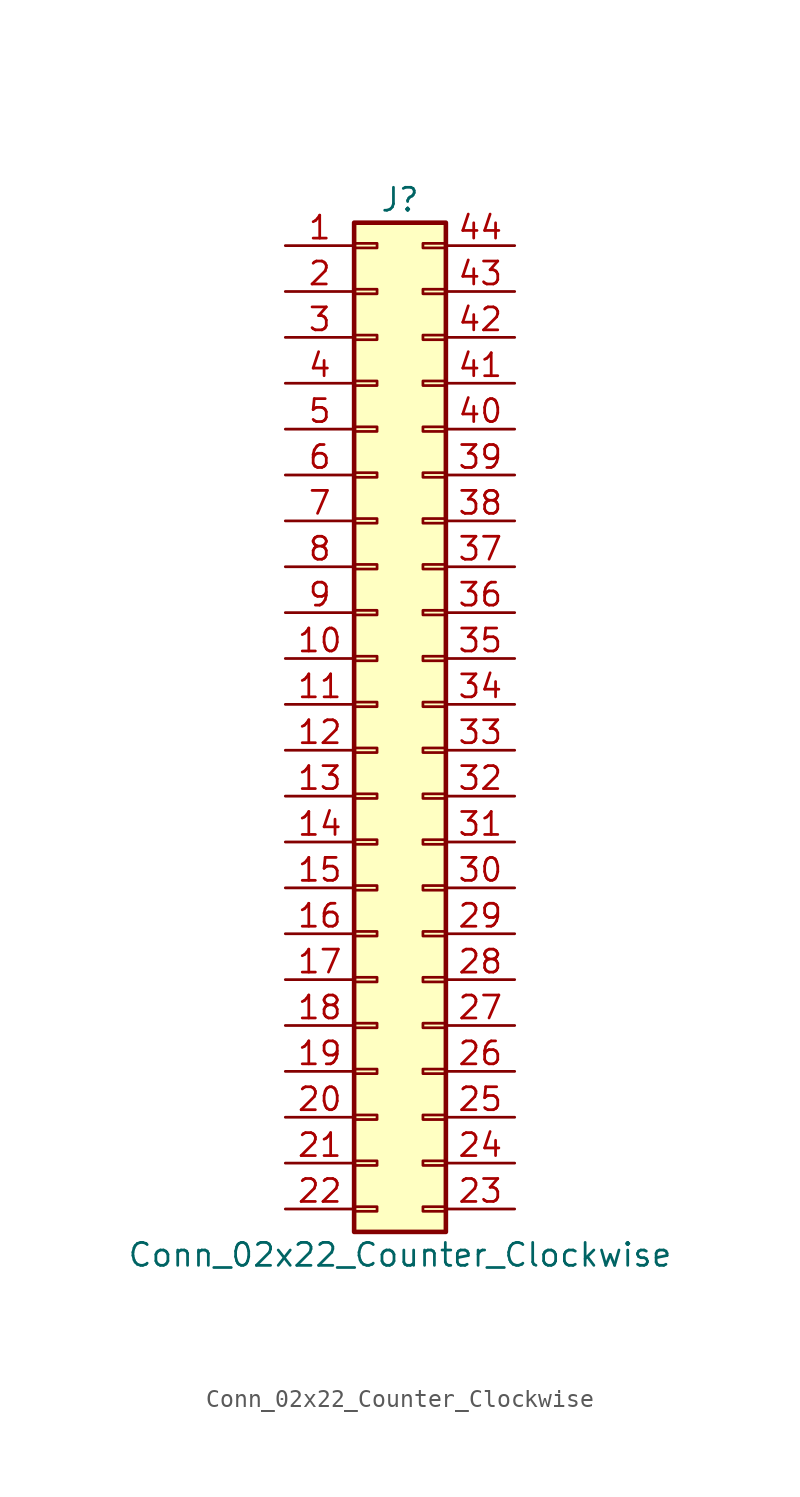
<source format=kicad_sym>
(kicad_symbol_lib
  (version 20201005)
  (generator kicad_symbol_editor)
  (symbol "Conn_02x22_Counter_Clockwise"
    (pin_names
      (offset 1.016) hide)
    (property "Reference" "J"
      (at 1.27 27.94 0)
      (effects (font (size 1.27 1.27))))
    (property "Value" "Conn_02x22_Counter_Clockwise"
      (at 1.27 -30.48 0)
      (effects (font (size 1.27 1.27))))
    (symbol "Conn_02x22_Counter_Clockwise_1_1"
      (rectangle (start -1.27 -27.813) (end 0 -28.067) (stroke (width 0.152)) (fill (type none)))
      (rectangle (start -1.27 -25.273) (end 0 -25.527) (stroke (width 0.152)) (fill (type none)))
      (rectangle (start -1.27 -22.733) (end 0 -22.987) (stroke (width 0.152)) (fill (type none)))
      (rectangle (start -1.27 -20.193) (end 0 -20.447) (stroke (width 0.152)) (fill (type none)))
      (rectangle (start -1.27 -17.653) (end 0 -17.907) (stroke (width 0.152)) (fill (type none)))
      (rectangle (start -1.27 -15.113) (end 0 -15.367) (stroke (width 0.152)) (fill (type none)))
      (rectangle (start -1.27 -12.573) (end 0 -12.827) (stroke (width 0.152)) (fill (type none)))
      (rectangle (start -1.27 -10.033) (end 0 -10.287) (stroke (width 0.152)) (fill (type none)))
      (rectangle (start -1.27 -7.493) (end 0 -7.747) (stroke (width 0.152)) (fill (type none)))
      (rectangle (start -1.27 -4.953) (end 0 -5.207) (stroke (width 0.152)) (fill (type none)))
      (rectangle (start -1.27 -2.413) (end 0 -2.667) (stroke (width 0.152)) (fill (type none)))
      (rectangle (start -1.27 0.127) (end 0 -0.127) (stroke (width 0.152)) (fill (type none)))
      (rectangle (start -1.27 2.667) (end 0 2.413) (stroke (width 0.152)) (fill (type none)))
      (rectangle (start -1.27 5.207) (end 0 4.953) (stroke (width 0.152)) (fill (type none)))
      (rectangle (start -1.27 7.747) (end 0 7.493) (stroke (width 0.152)) (fill (type none)))
      (rectangle (start -1.27 10.287) (end 0 10.033) (stroke (width 0.152)) (fill (type none)))
      (rectangle (start -1.27 12.827) (end 0 12.573) (stroke (width 0.152)) (fill (type none)))
      (rectangle (start -1.27 15.367) (end 0 15.113) (stroke (width 0.152)) (fill (type none)))
      (rectangle (start -1.27 17.907) (end 0 17.653) (stroke (width 0.152)) (fill (type none)))
      (rectangle (start -1.27 20.447) (end 0 20.193) (stroke (width 0.152)) (fill (type none)))
      (rectangle (start -1.27 22.987) (end 0 22.733) (stroke (width 0.152)) (fill (type none)))
      (rectangle (start -1.27 25.527) (end 0 25.273) (stroke (width 0.152)) (fill (type none)))
      (rectangle (start -1.27 26.67) (end 3.81 -29.21) (stroke (width 0.254)) (fill (type background)))
      (rectangle (start 3.81 -27.813) (end 2.54 -28.067) (stroke (width 0.152)) (fill (type none)))
      (rectangle (start 3.81 -25.273) (end 2.54 -25.527) (stroke (width 0.152)) (fill (type none)))
      (rectangle (start 3.81 -22.733) (end 2.54 -22.987) (stroke (width 0.152)) (fill (type none)))
      (rectangle (start 3.81 -20.193) (end 2.54 -20.447) (stroke (width 0.152)) (fill (type none)))
      (rectangle (start 3.81 -17.653) (end 2.54 -17.907) (stroke (width 0.152)) (fill (type none)))
      (rectangle (start 3.81 -15.113) (end 2.54 -15.367) (stroke (width 0.152)) (fill (type none)))
      (rectangle (start 3.81 -12.573) (end 2.54 -12.827) (stroke (width 0.152)) (fill (type none)))
      (rectangle (start 3.81 -10.033) (end 2.54 -10.287) (stroke (width 0.152)) (fill (type none)))
      (rectangle (start 3.81 -7.493) (end 2.54 -7.747) (stroke (width 0.152)) (fill (type none)))
      (rectangle (start 3.81 -4.953) (end 2.54 -5.207) (stroke (width 0.152)) (fill (type none)))
      (rectangle (start 3.81 -2.413) (end 2.54 -2.667) (stroke (width 0.152)) (fill (type none)))
      (rectangle (start 3.81 0.127) (end 2.54 -0.127) (stroke (width 0.152)) (fill (type none)))
      (rectangle (start 3.81 2.667) (end 2.54 2.413) (stroke (width 0.152)) (fill (type none)))
      (rectangle (start 3.81 5.207) (end 2.54 4.953) (stroke (width 0.152)) (fill (type none)))
      (rectangle (start 3.81 7.747) (end 2.54 7.493) (stroke (width 0.152)) (fill (type none)))
      (rectangle (start 3.81 10.287) (end 2.54 10.033) (stroke (width 0.152)) (fill (type none)))
      (rectangle (start 3.81 12.827) (end 2.54 12.573) (stroke (width 0.152)) (fill (type none)))
      (rectangle (start 3.81 15.367) (end 2.54 15.113) (stroke (width 0.152)) (fill (type none)))
      (rectangle (start 3.81 17.907) (end 2.54 17.653) (stroke (width 0.152)) (fill (type none)))
      (rectangle (start 3.81 20.447) (end 2.54 20.193) (stroke (width 0.152)) (fill (type none)))
      (rectangle (start 3.81 22.987) (end 2.54 22.733) (stroke (width 0.152)) (fill (type none)))
      (rectangle (start 3.81 25.527) (end 2.54 25.273) (stroke (width 0.152)) (fill (type none)))
      (pin passive line (at -5.08 25.4 0) (length 3.81) (name "Pin_1" (effects (font (size 1.27 1.27)))) (number "1" (effects (font (size 1.27 1.27)))))
      (pin passive line (at -5.08 2.54 0) (length 3.81) (name "Pin_10" (effects (font (size 1.27 1.27)))) (number "10" (effects (font (size 1.27 1.27)))))
      (pin passive line (at -5.08 0 0) (length 3.81) (name "Pin_11" (effects (font (size 1.27 1.27)))) (number "11" (effects (font (size 1.27 1.27)))))
      (pin passive line (at -5.08 -2.54 0) (length 3.81) (name "Pin_12" (effects (font (size 1.27 1.27)))) (number "12" (effects (font (size 1.27 1.27)))))
      (pin passive line (at -5.08 -5.08 0) (length 3.81) (name "Pin_13" (effects (font (size 1.27 1.27)))) (number "13" (effects (font (size 1.27 1.27)))))
      (pin passive line (at -5.08 -7.62 0) (length 3.81) (name "Pin_14" (effects (font (size 1.27 1.27)))) (number "14" (effects (font (size 1.27 1.27)))))
      (pin passive line (at -5.08 -10.16 0) (length 3.81) (name "Pin_15" (effects (font (size 1.27 1.27)))) (number "15" (effects (font (size 1.27 1.27)))))
      (pin passive line (at -5.08 -12.7 0) (length 3.81) (name "Pin_16" (effects (font (size 1.27 1.27)))) (number "16" (effects (font (size 1.27 1.27)))))
      (pin passive line (at -5.08 -15.24 0) (length 3.81) (name "Pin_17" (effects (font (size 1.27 1.27)))) (number "17" (effects (font (size 1.27 1.27)))))
      (pin passive line (at -5.08 -17.78 0) (length 3.81) (name "Pin_18" (effects (font (size 1.27 1.27)))) (number "18" (effects (font (size 1.27 1.27)))))
      (pin passive line (at -5.08 -20.32 0) (length 3.81) (name "Pin_19" (effects (font (size 1.27 1.27)))) (number "19" (effects (font (size 1.27 1.27)))))
      (pin passive line (at -5.08 22.86 0) (length 3.81) (name "Pin_2" (effects (font (size 1.27 1.27)))) (number "2" (effects (font (size 1.27 1.27)))))
      (pin passive line (at -5.08 -22.86 0) (length 3.81) (name "Pin_20" (effects (font (size 1.27 1.27)))) (number "20" (effects (font (size 1.27 1.27)))))
      (pin passive line (at -5.08 -25.4 0) (length 3.81) (name "Pin_21" (effects (font (size 1.27 1.27)))) (number "21" (effects (font (size 1.27 1.27)))))
      (pin passive line (at -5.08 -27.94 0) (length 3.81) (name "Pin_22" (effects (font (size 1.27 1.27)))) (number "22" (effects (font (size 1.27 1.27)))))
      (pin passive line (at 7.62 -27.94 180) (length 3.81) (name "Pin_23" (effects (font (size 1.27 1.27)))) (number "23" (effects (font (size 1.27 1.27)))))
      (pin passive line (at 7.62 -25.4 180) (length 3.81) (name "Pin_24" (effects (font (size 1.27 1.27)))) (number "24" (effects (font (size 1.27 1.27)))))
      (pin passive line (at 7.62 -22.86 180) (length 3.81) (name "Pin_25" (effects (font (size 1.27 1.27)))) (number "25" (effects (font (size 1.27 1.27)))))
      (pin passive line (at 7.62 -20.32 180) (length 3.81) (name "Pin_26" (effects (font (size 1.27 1.27)))) (number "26" (effects (font (size 1.27 1.27)))))
      (pin passive line (at 7.62 -17.78 180) (length 3.81) (name "Pin_27" (effects (font (size 1.27 1.27)))) (number "27" (effects (font (size 1.27 1.27)))))
      (pin passive line (at 7.62 -15.24 180) (length 3.81) (name "Pin_28" (effects (font (size 1.27 1.27)))) (number "28" (effects (font (size 1.27 1.27)))))
      (pin passive line (at 7.62 -12.7 180) (length 3.81) (name "Pin_29" (effects (font (size 1.27 1.27)))) (number "29" (effects (font (size 1.27 1.27)))))
      (pin passive line (at -5.08 20.32 0) (length 3.81) (name "Pin_3" (effects (font (size 1.27 1.27)))) (number "3" (effects (font (size 1.27 1.27)))))
      (pin passive line (at 7.62 -10.16 180) (length 3.81) (name "Pin_30" (effects (font (size 1.27 1.27)))) (number "30" (effects (font (size 1.27 1.27)))))
      (pin passive line (at 7.62 -7.62 180) (length 3.81) (name "Pin_31" (effects (font (size 1.27 1.27)))) (number "31" (effects (font (size 1.27 1.27)))))
      (pin passive line (at 7.62 -5.08 180) (length 3.81) (name "Pin_32" (effects (font (size 1.27 1.27)))) (number "32" (effects (font (size 1.27 1.27)))))
      (pin passive line (at 7.62 -2.54 180) (length 3.81) (name "Pin_33" (effects (font (size 1.27 1.27)))) (number "33" (effects (font (size 1.27 1.27)))))
      (pin passive line (at 7.62 0 180) (length 3.81) (name "Pin_34" (effects (font (size 1.27 1.27)))) (number "34" (effects (font (size 1.27 1.27)))))
      (pin passive line (at 7.62 2.54 180) (length 3.81) (name "Pin_35" (effects (font (size 1.27 1.27)))) (number "35" (effects (font (size 1.27 1.27)))))
      (pin passive line (at 7.62 5.08 180) (length 3.81) (name "Pin_36" (effects (font (size 1.27 1.27)))) (number "36" (effects (font (size 1.27 1.27)))))
      (pin passive line (at 7.62 7.62 180) (length 3.81) (name "Pin_37" (effects (font (size 1.27 1.27)))) (number "37" (effects (font (size 1.27 1.27)))))
      (pin passive line (at 7.62 10.16 180) (length 3.81) (name "Pin_38" (effects (font (size 1.27 1.27)))) (number "38" (effects (font (size 1.27 1.27)))))
      (pin passive line (at 7.62 12.7 180) (length 3.81) (name "Pin_39" (effects (font (size 1.27 1.27)))) (number "39" (effects (font (size 1.27 1.27)))))
      (pin passive line (at -5.08 17.78 0) (length 3.81) (name "Pin_4" (effects (font (size 1.27 1.27)))) (number "4" (effects (font (size 1.27 1.27)))))
      (pin passive line (at 7.62 15.24 180) (length 3.81) (name "Pin_40" (effects (font (size 1.27 1.27)))) (number "40" (effects (font (size 1.27 1.27)))))
      (pin passive line (at 7.62 17.78 180) (length 3.81) (name "Pin_41" (effects (font (size 1.27 1.27)))) (number "41" (effects (font (size 1.27 1.27)))))
      (pin passive line (at 7.62 20.32 180) (length 3.81) (name "Pin_42" (effects (font (size 1.27 1.27)))) (number "42" (effects (font (size 1.27 1.27)))))
      (pin passive line (at 7.62 22.86 180) (length 3.81) (name "Pin_43" (effects (font (size 1.27 1.27)))) (number "43" (effects (font (size 1.27 1.27)))))
      (pin passive line (at 7.62 25.4 180) (length 3.81) (name "Pin_44" (effects (font (size 1.27 1.27)))) (number "44" (effects (font (size 1.27 1.27)))))
      (pin passive line (at -5.08 15.24 0) (length 3.81) (name "Pin_5" (effects (font (size 1.27 1.27)))) (number "5" (effects (font (size 1.27 1.27)))))
      (pin passive line (at -5.08 12.7 0) (length 3.81) (name "Pin_6" (effects (font (size 1.27 1.27)))) (number "6" (effects (font (size 1.27 1.27)))))
      (pin passive line (at -5.08 10.16 0) (length 3.81) (name "Pin_7" (effects (font (size 1.27 1.27)))) (number "7" (effects (font (size 1.27 1.27)))))
      (pin passive line (at -5.08 7.62 0) (length 3.81) (name "Pin_8" (effects (font (size 1.27 1.27)))) (number "8" (effects (font (size 1.27 1.27)))))
      (pin passive line (at -5.08 5.08 0) (length 3.81) (name "Pin_9" (effects (font (size 1.27 1.27)))) (number "9" (effects (font (size 1.27 1.27))))))))
</source>
